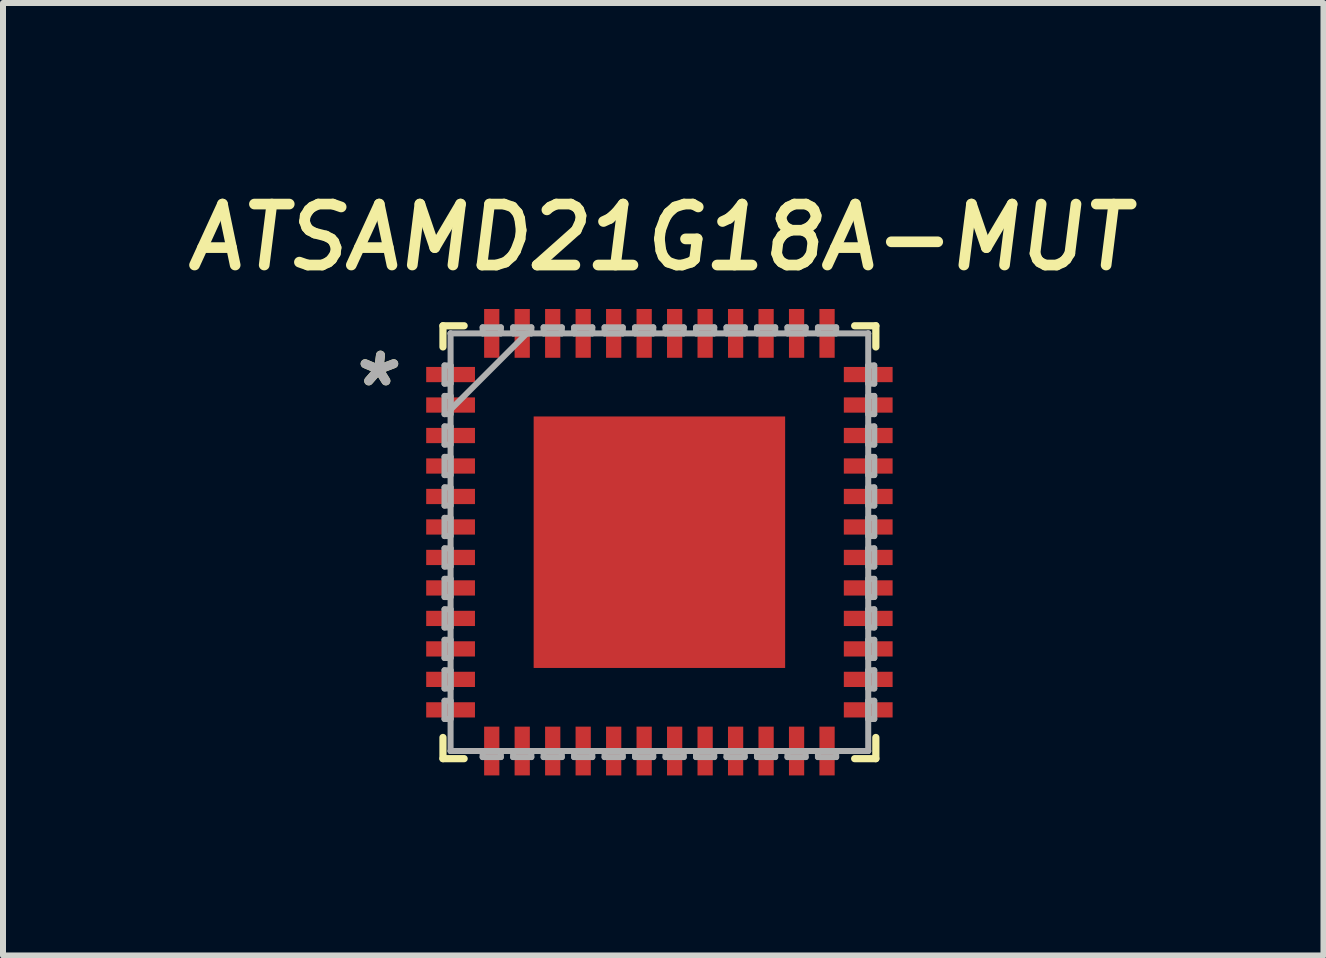
<source format=kicad_pcb>
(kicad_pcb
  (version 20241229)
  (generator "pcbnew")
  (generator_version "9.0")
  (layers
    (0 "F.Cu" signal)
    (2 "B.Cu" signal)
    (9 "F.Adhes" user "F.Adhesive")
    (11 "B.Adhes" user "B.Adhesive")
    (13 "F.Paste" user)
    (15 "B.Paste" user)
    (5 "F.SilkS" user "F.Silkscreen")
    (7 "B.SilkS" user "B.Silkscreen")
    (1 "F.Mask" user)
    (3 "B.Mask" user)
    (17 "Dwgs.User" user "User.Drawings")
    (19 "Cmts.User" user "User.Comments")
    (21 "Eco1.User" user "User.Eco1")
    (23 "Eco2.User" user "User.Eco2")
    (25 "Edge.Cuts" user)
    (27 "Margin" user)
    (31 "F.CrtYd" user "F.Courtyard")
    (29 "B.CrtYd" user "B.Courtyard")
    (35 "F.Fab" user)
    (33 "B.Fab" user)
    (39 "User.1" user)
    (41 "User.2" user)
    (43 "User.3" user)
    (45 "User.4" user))
  (footprint "ATSAMD21G18A-MUT"
    (layer "F.Cu")
    (at 7.939 5.986)
    (property "Reference" "ATSAMD21G18A-MUT" (at 0 -5.08 0) (layer "F.SilkS") (effects (font (size 1.016 1.016) (thickness 0.178) (bold yes) (italic yes))))
    (attr smd)
    (fp_line (start -3.607 -3.607) (end -3.607 -3.254) (stroke (width 0.12) (type solid)) (layer "F.SilkS"))
    (fp_line (start -3.607 3.254) (end -3.607 3.607) (stroke (width 0.12) (type solid)) (layer "F.SilkS"))
    (fp_line (start -3.607 3.607) (end -3.254 3.607) (stroke (width 0.12) (type solid)) (layer "F.SilkS"))
    (fp_line (start -3.254 -3.607) (end -3.607 -3.607) (stroke (width 0.12) (type solid)) (layer "F.SilkS"))
    (fp_line (start 3.254 3.607) (end 3.607 3.607) (stroke (width 0.12) (type solid)) (layer "F.SilkS"))
    (fp_line (start 3.607 -3.607) (end 3.254 -3.607) (stroke (width 0.12) (type solid)) (layer "F.SilkS"))
    (fp_line (start 3.607 -3.254) (end 3.607 -3.607) (stroke (width 0.12) (type solid)) (layer "F.SilkS"))
    (fp_line (start 3.607 3.607) (end 3.607 3.254) (stroke (width 0.12) (type solid)) (layer "F.SilkS"))
    (fp_poly (pts (xy -1.996 -1.996) (xy -1.996 -0.798) (xy -0.798 -0.798) (xy -0.798 -1.996)) (stroke (width 0.1) (type solid)) (fill yes) (layer "F.Paste"))
    (fp_poly (pts (xy -1.996 -0.599) (xy -1.996 0.599) (xy -0.798 0.599) (xy -0.798 -0.599)) (stroke (width 0.1) (type solid)) (fill yes) (layer "F.Paste"))
    (fp_poly (pts (xy -1.996 0.798) (xy -1.996 1.996) (xy -0.798 1.996) (xy -0.798 0.798)) (stroke (width 0.1) (type solid)) (fill yes) (layer "F.Paste"))
    (fp_poly (pts (xy -0.599 -1.996) (xy -0.599 -0.798) (xy 0.599 -0.798) (xy 0.599 -1.996)) (stroke (width 0.1) (type solid)) (fill yes) (layer "F.Paste"))
    (fp_poly (pts (xy -0.599 -0.599) (xy -0.599 0.599) (xy 0.599 0.599) (xy 0.599 -0.599)) (stroke (width 0.1) (type solid)) (fill yes) (layer "F.Paste"))
    (fp_poly (pts (xy -0.599 0.798) (xy -0.599 1.996) (xy 0.599 1.996) (xy 0.599 0.798)) (stroke (width 0.1) (type solid)) (fill yes) (layer "F.Paste"))
    (fp_poly (pts (xy 0.798 -1.996) (xy 0.798 -0.798) (xy 1.996 -0.798) (xy 1.996 -1.996)) (stroke (width 0.1) (type solid)) (fill yes) (layer "F.Paste"))
    (fp_poly (pts (xy 0.798 -0.599) (xy 0.798 0.599) (xy 1.996 0.599) (xy 1.996 -0.599)) (stroke (width 0.1) (type solid)) (fill yes) (layer "F.Paste"))
    (fp_poly (pts (xy 0.798 0.798) (xy 0.798 1.996) (xy 1.996 1.996) (xy 1.996 0.798)) (stroke (width 0.1) (type solid)) (fill yes) (layer "F.Paste"))
    (fp_line (start -3.581 -2.946) (end -3.581 -2.642) (stroke (width 0.1) (type solid)) (layer "F.Fab"))
    (fp_line (start -3.581 -2.642) (end -3.48 -2.642) (stroke (width 0.1) (type solid)) (layer "F.Fab"))
    (fp_line (start -3.581 -2.438) (end -3.581 -2.134) (stroke (width 0.1) (type solid)) (layer "F.Fab"))
    (fp_line (start -3.581 -2.134) (end -3.48 -2.134) (stroke (width 0.1) (type solid)) (layer "F.Fab"))
    (fp_line (start -3.581 -1.93) (end -3.581 -1.626) (stroke (width 0.1) (type solid)) (layer "F.Fab"))
    (fp_line (start -3.581 -1.626) (end -3.48 -1.626) (stroke (width 0.1) (type solid)) (layer "F.Fab"))
    (fp_line (start -3.581 -1.422) (end -3.581 -1.118) (stroke (width 0.1) (type solid)) (layer "F.Fab"))
    (fp_line (start -3.581 -1.118) (end -3.48 -1.118) (stroke (width 0.1) (type solid)) (layer "F.Fab"))
    (fp_line (start -3.581 -0.914) (end -3.581 -0.61) (stroke (width 0.1) (type solid)) (layer "F.Fab"))
    (fp_line (start -3.581 -0.61) (end -3.48 -0.61) (stroke (width 0.1) (type solid)) (layer "F.Fab"))
    (fp_line (start -3.581 -0.406) (end -3.581 -0.102) (stroke (width 0.1) (type solid)) (layer "F.Fab"))
    (fp_line (start -3.581 -0.102) (end -3.48 -0.102) (stroke (width 0.1) (type solid)) (layer "F.Fab"))
    (fp_line (start -3.581 0.102) (end -3.581 0.406) (stroke (width 0.1) (type solid)) (layer "F.Fab"))
    (fp_line (start -3.581 0.406) (end -3.48 0.406) (stroke (width 0.1) (type solid)) (layer "F.Fab"))
    (fp_line (start -3.581 0.61) (end -3.581 0.914) (stroke (width 0.1) (type solid)) (layer "F.Fab"))
    (fp_line (start -3.581 0.914) (end -3.48 0.914) (stroke (width 0.1) (type solid)) (layer "F.Fab"))
    (fp_line (start -3.581 1.118) (end -3.581 1.422) (stroke (width 0.1) (type solid)) (layer "F.Fab"))
    (fp_line (start -3.581 1.422) (end -3.48 1.422) (stroke (width 0.1) (type solid)) (layer "F.Fab"))
    (fp_line (start -3.581 1.626) (end -3.581 1.93) (stroke (width 0.1) (type solid)) (layer "F.Fab"))
    (fp_line (start -3.581 1.93) (end -3.48 1.93) (stroke (width 0.1) (type solid)) (layer "F.Fab"))
    (fp_line (start -3.581 2.134) (end -3.581 2.438) (stroke (width 0.1) (type solid)) (layer "F.Fab"))
    (fp_line (start -3.581 2.438) (end -3.48 2.438) (stroke (width 0.1) (type solid)) (layer "F.Fab"))
    (fp_line (start -3.581 2.642) (end -3.581 2.946) (stroke (width 0.1) (type solid)) (layer "F.Fab"))
    (fp_line (start -3.581 2.946) (end -3.48 2.946) (stroke (width 0.1) (type solid)) (layer "F.Fab"))
    (fp_line (start -3.48 -3.48) (end -3.48 -3.48) (stroke (width 0.1) (type solid)) (layer "F.Fab"))
    (fp_line (start -3.48 -3.48) (end -3.48 3.48) (stroke (width 0.1) (type solid)) (layer "F.Fab"))
    (fp_line (start -3.48 -2.946) (end -3.581 -2.946) (stroke (width 0.1) (type solid)) (layer "F.Fab"))
    (fp_line (start -3.48 -2.642) (end -3.48 -2.946) (stroke (width 0.1) (type solid)) (layer "F.Fab"))
    (fp_line (start -3.48 -2.438) (end -3.581 -2.438) (stroke (width 0.1) (type solid)) (layer "F.Fab"))
    (fp_line (start -3.48 -2.21) (end -2.21 -3.48) (stroke (width 0.1) (type solid)) (layer "F.Fab"))
    (fp_line (start -3.48 -2.134) (end -3.48 -2.438) (stroke (width 0.1) (type solid)) (layer "F.Fab"))
    (fp_line (start -3.48 -1.93) (end -3.581 -1.93) (stroke (width 0.1) (type solid)) (layer "F.Fab"))
    (fp_line (start -3.48 -1.626) (end -3.48 -1.93) (stroke (width 0.1) (type solid)) (layer "F.Fab"))
    (fp_line (start -3.48 -1.422) (end -3.581 -1.422) (stroke (width 0.1) (type solid)) (layer "F.Fab"))
    (fp_line (start -3.48 -1.118) (end -3.48 -1.422) (stroke (width 0.1) (type solid)) (layer "F.Fab"))
    (fp_line (start -3.48 -0.914) (end -3.581 -0.914) (stroke (width 0.1) (type solid)) (layer "F.Fab"))
    (fp_line (start -3.48 -0.61) (end -3.48 -0.914) (stroke (width 0.1) (type solid)) (layer "F.Fab"))
    (fp_line (start -3.48 -0.406) (end -3.581 -0.406) (stroke (width 0.1) (type solid)) (layer "F.Fab"))
    (fp_line (start -3.48 -0.102) (end -3.48 -0.406) (stroke (width 0.1) (type solid)) (layer "F.Fab"))
    (fp_line (start -3.48 0.102) (end -3.581 0.102) (stroke (width 0.1) (type solid)) (layer "F.Fab"))
    (fp_line (start -3.48 0.406) (end -3.48 0.102) (stroke (width 0.1) (type solid)) (layer "F.Fab"))
    (fp_line (start -3.48 0.61) (end -3.581 0.61) (stroke (width 0.1) (type solid)) (layer "F.Fab"))
    (fp_line (start -3.48 0.914) (end -3.48 0.61) (stroke (width 0.1) (type solid)) (layer "F.Fab"))
    (fp_line (start -3.48 1.118) (end -3.581 1.118) (stroke (width 0.1) (type solid)) (layer "F.Fab"))
    (fp_line (start -3.48 1.422) (end -3.48 1.118) (stroke (width 0.1) (type solid)) (layer "F.Fab"))
    (fp_line (start -3.48 1.626) (end -3.581 1.626) (stroke (width 0.1) (type solid)) (layer "F.Fab"))
    (fp_line (start -3.48 1.93) (end -3.48 1.626) (stroke (width 0.1) (type solid)) (layer "F.Fab"))
    (fp_line (start -3.48 2.134) (end -3.581 2.134) (stroke (width 0.1) (type solid)) (layer "F.Fab"))
    (fp_line (start -3.48 2.438) (end -3.48 2.134) (stroke (width 0.1) (type solid)) (layer "F.Fab"))
    (fp_line (start -3.48 2.642) (end -3.581 2.642) (stroke (width 0.1) (type solid)) (layer "F.Fab"))
    (fp_line (start -3.48 2.946) (end -3.48 2.642) (stroke (width 0.1) (type solid)) (layer "F.Fab"))
    (fp_line (start -3.48 3.48) (end -3.48 3.48) (stroke (width 0.1) (type solid)) (layer "F.Fab"))
    (fp_line (start -3.48 3.48) (end 3.48 3.48) (stroke (width 0.1) (type solid)) (layer "F.Fab"))
    (fp_line (start -2.946 -3.581) (end -2.946 -3.48) (stroke (width 0.1) (type solid)) (layer "F.Fab"))
    (fp_line (start -2.946 -3.48) (end -2.642 -3.48) (stroke (width 0.1) (type solid)) (layer "F.Fab"))
    (fp_line (start -2.946 3.48) (end -2.946 3.581) (stroke (width 0.1) (type solid)) (layer "F.Fab"))
    (fp_line (start -2.946 3.581) (end -2.642 3.581) (stroke (width 0.1) (type solid)) (layer "F.Fab"))
    (fp_line (start -2.642 -3.581) (end -2.946 -3.581) (stroke (width 0.1) (type solid)) (layer "F.Fab"))
    (fp_line (start -2.642 -3.48) (end -2.642 -3.581) (stroke (width 0.1) (type solid)) (layer "F.Fab"))
    (fp_line (start -2.642 3.48) (end -2.946 3.48) (stroke (width 0.1) (type solid)) (layer "F.Fab"))
    (fp_line (start -2.642 3.581) (end -2.642 3.48) (stroke (width 0.1) (type solid)) (layer "F.Fab"))
    (fp_line (start -2.438 -3.581) (end -2.438 -3.48) (stroke (width 0.1) (type solid)) (layer "F.Fab"))
    (fp_line (start -2.438 -3.48) (end -2.134 -3.48) (stroke (width 0.1) (type solid)) (layer "F.Fab"))
    (fp_line (start -2.438 3.48) (end -2.438 3.581) (stroke (width 0.1) (type solid)) (layer "F.Fab"))
    (fp_line (start -2.438 3.581) (end -2.134 3.581) (stroke (width 0.1) (type solid)) (layer "F.Fab"))
    (fp_line (start -2.134 -3.581) (end -2.438 -3.581) (stroke (width 0.1) (type solid)) (layer "F.Fab"))
    (fp_line (start -2.134 -3.48) (end -2.134 -3.581) (stroke (width 0.1) (type solid)) (layer "F.Fab"))
    (fp_line (start -2.134 3.48) (end -2.438 3.48) (stroke (width 0.1) (type solid)) (layer "F.Fab"))
    (fp_line (start -2.134 3.581) (end -2.134 3.48) (stroke (width 0.1) (type solid)) (layer "F.Fab"))
    (fp_line (start -1.93 -3.581) (end -1.93 -3.48) (stroke (width 0.1) (type solid)) (layer "F.Fab"))
    (fp_line (start -1.93 -3.48) (end -1.626 -3.48) (stroke (width 0.1) (type solid)) (layer "F.Fab"))
    (fp_line (start -1.93 3.48) (end -1.93 3.581) (stroke (width 0.1) (type solid)) (layer "F.Fab"))
    (fp_line (start -1.93 3.581) (end -1.626 3.581) (stroke (width 0.1) (type solid)) (layer "F.Fab"))
    (fp_line (start -1.626 -3.581) (end -1.93 -3.581) (stroke (width 0.1) (type solid)) (layer "F.Fab"))
    (fp_line (start -1.626 -3.48) (end -1.626 -3.581) (stroke (width 0.1) (type solid)) (layer "F.Fab"))
    (fp_line (start -1.626 3.48) (end -1.93 3.48) (stroke (width 0.1) (type solid)) (layer "F.Fab"))
    (fp_line (start -1.626 3.581) (end -1.626 3.48) (stroke (width 0.1) (type solid)) (layer "F.Fab"))
    (fp_line (start -1.422 -3.581) (end -1.422 -3.48) (stroke (width 0.1) (type solid)) (layer "F.Fab"))
    (fp_line (start -1.422 -3.48) (end -1.118 -3.48) (stroke (width 0.1) (type solid)) (layer "F.Fab"))
    (fp_line (start -1.422 3.48) (end -1.422 3.581) (stroke (width 0.1) (type solid)) (layer "F.Fab"))
    (fp_line (start -1.422 3.581) (end -1.118 3.581) (stroke (width 0.1) (type solid)) (layer "F.Fab"))
    (fp_line (start -1.118 -3.581) (end -1.422 -3.581) (stroke (width 0.1) (type solid)) (layer "F.Fab"))
    (fp_line (start -1.118 -3.48) (end -1.118 -3.581) (stroke (width 0.1) (type solid)) (layer "F.Fab"))
    (fp_line (start -1.118 3.48) (end -1.422 3.48) (stroke (width 0.1) (type solid)) (layer "F.Fab"))
    (fp_line (start -1.118 3.581) (end -1.118 3.48) (stroke (width 0.1) (type solid)) (layer "F.Fab"))
    (fp_line (start -0.914 -3.581) (end -0.914 -3.48) (stroke (width 0.1) (type solid)) (layer "F.Fab"))
    (fp_line (start -0.914 -3.48) (end -0.61 -3.48) (stroke (width 0.1) (type solid)) (layer "F.Fab"))
    (fp_line (start -0.914 3.48) (end -0.914 3.581) (stroke (width 0.1) (type solid)) (layer "F.Fab"))
    (fp_line (start -0.914 3.581) (end -0.61 3.581) (stroke (width 0.1) (type solid)) (layer "F.Fab"))
    (fp_line (start -0.61 -3.581) (end -0.914 -3.581) (stroke (width 0.1) (type solid)) (layer "F.Fab"))
    (fp_line (start -0.61 -3.48) (end -0.61 -3.581) (stroke (width 0.1) (type solid)) (layer "F.Fab"))
    (fp_line (start -0.61 3.48) (end -0.914 3.48) (stroke (width 0.1) (type solid)) (layer "F.Fab"))
    (fp_line (start -0.61 3.581) (end -0.61 3.48) (stroke (width 0.1) (type solid)) (layer "F.Fab"))
    (fp_line (start -0.406 -3.581) (end -0.406 -3.48) (stroke (width 0.1) (type solid)) (layer "F.Fab"))
    (fp_line (start -0.406 -3.48) (end -0.102 -3.48) (stroke (width 0.1) (type solid)) (layer "F.Fab"))
    (fp_line (start -0.406 3.48) (end -0.406 3.581) (stroke (width 0.1) (type solid)) (layer "F.Fab"))
    (fp_line (start -0.406 3.581) (end -0.102 3.581) (stroke (width 0.1) (type solid)) (layer "F.Fab"))
    (fp_line (start -0.102 -3.581) (end -0.406 -3.581) (stroke (width 0.1) (type solid)) (layer "F.Fab"))
    (fp_line (start -0.102 -3.48) (end -0.102 -3.581) (stroke (width 0.1) (type solid)) (layer "F.Fab"))
    (fp_line (start -0.102 3.48) (end -0.406 3.48) (stroke (width 0.1) (type solid)) (layer "F.Fab"))
    (fp_line (start -0.102 3.581) (end -0.102 3.48) (stroke (width 0.1) (type solid)) (layer "F.Fab"))
    (fp_line (start 0.102 -3.581) (end 0.102 -3.48) (stroke (width 0.1) (type solid)) (layer "F.Fab"))
    (fp_line (start 0.102 -3.48) (end 0.406 -3.48) (stroke (width 0.1) (type solid)) (layer "F.Fab"))
    (fp_line (start 0.102 3.48) (end 0.102 3.581) (stroke (width 0.1) (type solid)) (layer "F.Fab"))
    (fp_line (start 0.102 3.581) (end 0.406 3.581) (stroke (width 0.1) (type solid)) (layer "F.Fab"))
    (fp_line (start 0.406 -3.581) (end 0.102 -3.581) (stroke (width 0.1) (type solid)) (layer "F.Fab"))
    (fp_line (start 0.406 -3.48) (end 0.406 -3.581) (stroke (width 0.1) (type solid)) (layer "F.Fab"))
    (fp_line (start 0.406 3.48) (end 0.102 3.48) (stroke (width 0.1) (type solid)) (layer "F.Fab"))
    (fp_line (start 0.406 3.581) (end 0.406 3.48) (stroke (width 0.1) (type solid)) (layer "F.Fab"))
    (fp_line (start 0.61 -3.581) (end 0.61 -3.48) (stroke (width 0.1) (type solid)) (layer "F.Fab"))
    (fp_line (start 0.61 -3.48) (end 0.914 -3.48) (stroke (width 0.1) (type solid)) (layer "F.Fab"))
    (fp_line (start 0.61 3.48) (end 0.61 3.581) (stroke (width 0.1) (type solid)) (layer "F.Fab"))
    (fp_line (start 0.61 3.581) (end 0.914 3.581) (stroke (width 0.1) (type solid)) (layer "F.Fab"))
    (fp_line (start 0.914 -3.581) (end 0.61 -3.581) (stroke (width 0.1) (type solid)) (layer "F.Fab"))
    (fp_line (start 0.914 -3.48) (end 0.914 -3.581) (stroke (width 0.1) (type solid)) (layer "F.Fab"))
    (fp_line (start 0.914 3.48) (end 0.61 3.48) (stroke (width 0.1) (type solid)) (layer "F.Fab"))
    (fp_line (start 0.914 3.581) (end 0.914 3.48) (stroke (width 0.1) (type solid)) (layer "F.Fab"))
    (fp_line (start 1.118 -3.581) (end 1.118 -3.48) (stroke (width 0.1) (type solid)) (layer "F.Fab"))
    (fp_line (start 1.118 -3.48) (end 1.422 -3.48) (stroke (width 0.1) (type solid)) (layer "F.Fab"))
    (fp_line (start 1.118 3.48) (end 1.118 3.581) (stroke (width 0.1) (type solid)) (layer "F.Fab"))
    (fp_line (start 1.118 3.581) (end 1.422 3.581) (stroke (width 0.1) (type solid)) (layer "F.Fab"))
    (fp_line (start 1.422 -3.581) (end 1.118 -3.581) (stroke (width 0.1) (type solid)) (layer "F.Fab"))
    (fp_line (start 1.422 -3.48) (end 1.422 -3.581) (stroke (width 0.1) (type solid)) (layer "F.Fab"))
    (fp_line (start 1.422 3.48) (end 1.118 3.48) (stroke (width 0.1) (type solid)) (layer "F.Fab"))
    (fp_line (start 1.422 3.581) (end 1.422 3.48) (stroke (width 0.1) (type solid)) (layer "F.Fab"))
    (fp_line (start 1.626 -3.581) (end 1.626 -3.48) (stroke (width 0.1) (type solid)) (layer "F.Fab"))
    (fp_line (start 1.626 -3.48) (end 1.93 -3.48) (stroke (width 0.1) (type solid)) (layer "F.Fab"))
    (fp_line (start 1.626 3.48) (end 1.626 3.581) (stroke (width 0.1) (type solid)) (layer "F.Fab"))
    (fp_line (start 1.626 3.581) (end 1.93 3.581) (stroke (width 0.1) (type solid)) (layer "F.Fab"))
    (fp_line (start 1.93 -3.581) (end 1.626 -3.581) (stroke (width 0.1) (type solid)) (layer "F.Fab"))
    (fp_line (start 1.93 -3.48) (end 1.93 -3.581) (stroke (width 0.1) (type solid)) (layer "F.Fab"))
    (fp_line (start 1.93 3.48) (end 1.626 3.48) (stroke (width 0.1) (type solid)) (layer "F.Fab"))
    (fp_line (start 1.93 3.581) (end 1.93 3.48) (stroke (width 0.1) (type solid)) (layer "F.Fab"))
    (fp_line (start 2.134 -3.581) (end 2.134 -3.48) (stroke (width 0.1) (type solid)) (layer "F.Fab"))
    (fp_line (start 2.134 -3.48) (end 2.438 -3.48) (stroke (width 0.1) (type solid)) (layer "F.Fab"))
    (fp_line (start 2.134 3.48) (end 2.134 3.581) (stroke (width 0.1) (type solid)) (layer "F.Fab"))
    (fp_line (start 2.134 3.581) (end 2.438 3.581) (stroke (width 0.1) (type solid)) (layer "F.Fab"))
    (fp_line (start 2.438 -3.581) (end 2.134 -3.581) (stroke (width 0.1) (type solid)) (layer "F.Fab"))
    (fp_line (start 2.438 -3.48) (end 2.438 -3.581) (stroke (width 0.1) (type solid)) (layer "F.Fab"))
    (fp_line (start 2.438 3.48) (end 2.134 3.48) (stroke (width 0.1) (type solid)) (layer "F.Fab"))
    (fp_line (start 2.438 3.581) (end 2.438 3.48) (stroke (width 0.1) (type solid)) (layer "F.Fab"))
    (fp_line (start 2.642 -3.581) (end 2.642 -3.48) (stroke (width 0.1) (type solid)) (layer "F.Fab"))
    (fp_line (start 2.642 -3.48) (end 2.946 -3.48) (stroke (width 0.1) (type solid)) (layer "F.Fab"))
    (fp_line (start 2.642 3.48) (end 2.642 3.581) (stroke (width 0.1) (type solid)) (layer "F.Fab"))
    (fp_line (start 2.642 3.581) (end 2.946 3.581) (stroke (width 0.1) (type solid)) (layer "F.Fab"))
    (fp_line (start 2.946 -3.581) (end 2.642 -3.581) (stroke (width 0.1) (type solid)) (layer "F.Fab"))
    (fp_line (start 2.946 -3.48) (end 2.946 -3.581) (stroke (width 0.1) (type solid)) (layer "F.Fab"))
    (fp_line (start 2.946 3.48) (end 2.642 3.48) (stroke (width 0.1) (type solid)) (layer "F.Fab"))
    (fp_line (start 2.946 3.581) (end 2.946 3.48) (stroke (width 0.1) (type solid)) (layer "F.Fab"))
    (fp_line (start 3.48 -3.48) (end -3.48 -3.48) (stroke (width 0.1) (type solid)) (layer "F.Fab"))
    (fp_line (start 3.48 -3.48) (end 3.48 -3.48) (stroke (width 0.1) (type solid)) (layer "F.Fab"))
    (fp_line (start 3.48 -2.946) (end 3.48 -2.642) (stroke (width 0.1) (type solid)) (layer "F.Fab"))
    (fp_line (start 3.48 -2.642) (end 3.581 -2.642) (stroke (width 0.1) (type solid)) (layer "F.Fab"))
    (fp_line (start 3.48 -2.438) (end 3.48 -2.134) (stroke (width 0.1) (type solid)) (layer "F.Fab"))
    (fp_line (start 3.48 -2.134) (end 3.581 -2.134) (stroke (width 0.1) (type solid)) (layer "F.Fab"))
    (fp_line (start 3.48 -1.93) (end 3.48 -1.626) (stroke (width 0.1) (type solid)) (layer "F.Fab"))
    (fp_line (start 3.48 -1.626) (end 3.581 -1.626) (stroke (width 0.1) (type solid)) (layer "F.Fab"))
    (fp_line (start 3.48 -1.422) (end 3.48 -1.118) (stroke (width 0.1) (type solid)) (layer "F.Fab"))
    (fp_line (start 3.48 -1.118) (end 3.581 -1.118) (stroke (width 0.1) (type solid)) (layer "F.Fab"))
    (fp_line (start 3.48 -0.914) (end 3.48 -0.61) (stroke (width 0.1) (type solid)) (layer "F.Fab"))
    (fp_line (start 3.48 -0.61) (end 3.581 -0.61) (stroke (width 0.1) (type solid)) (layer "F.Fab"))
    (fp_line (start 3.48 -0.406) (end 3.48 -0.102) (stroke (width 0.1) (type solid)) (layer "F.Fab"))
    (fp_line (start 3.48 -0.102) (end 3.581 -0.102) (stroke (width 0.1) (type solid)) (layer "F.Fab"))
    (fp_line (start 3.48 0.102) (end 3.48 0.406) (stroke (width 0.1) (type solid)) (layer "F.Fab"))
    (fp_line (start 3.48 0.406) (end 3.581 0.406) (stroke (width 0.1) (type solid)) (layer "F.Fab"))
    (fp_line (start 3.48 0.61) (end 3.48 0.914) (stroke (width 0.1) (type solid)) (layer "F.Fab"))
    (fp_line (start 3.48 0.914) (end 3.581 0.914) (stroke (width 0.1) (type solid)) (layer "F.Fab"))
    (fp_line (start 3.48 1.118) (end 3.48 1.422) (stroke (width 0.1) (type solid)) (layer "F.Fab"))
    (fp_line (start 3.48 1.422) (end 3.581 1.422) (stroke (width 0.1) (type solid)) (layer "F.Fab"))
    (fp_line (start 3.48 1.626) (end 3.48 1.93) (stroke (width 0.1) (type solid)) (layer "F.Fab"))
    (fp_line (start 3.48 1.93) (end 3.581 1.93) (stroke (width 0.1) (type solid)) (layer "F.Fab"))
    (fp_line (start 3.48 2.134) (end 3.48 2.438) (stroke (width 0.1) (type solid)) (layer "F.Fab"))
    (fp_line (start 3.48 2.438) (end 3.581 2.438) (stroke (width 0.1) (type solid)) (layer "F.Fab"))
    (fp_line (start 3.48 2.642) (end 3.48 2.946) (stroke (width 0.1) (type solid)) (layer "F.Fab"))
    (fp_line (start 3.48 2.946) (end 3.581 2.946) (stroke (width 0.1) (type solid)) (layer "F.Fab"))
    (fp_line (start 3.48 3.48) (end 3.48 -3.48) (stroke (width 0.1) (type solid)) (layer "F.Fab"))
    (fp_line (start 3.48 3.48) (end 3.48 3.48) (stroke (width 0.1) (type solid)) (layer "F.Fab"))
    (fp_line (start 3.581 -2.946) (end 3.48 -2.946) (stroke (width 0.1) (type solid)) (layer "F.Fab"))
    (fp_line (start 3.581 -2.642) (end 3.581 -2.946) (stroke (width 0.1) (type solid)) (layer "F.Fab"))
    (fp_line (start 3.581 -2.438) (end 3.48 -2.438) (stroke (width 0.1) (type solid)) (layer "F.Fab"))
    (fp_line (start 3.581 -2.134) (end 3.581 -2.438) (stroke (width 0.1) (type solid)) (layer "F.Fab"))
    (fp_line (start 3.581 -1.93) (end 3.48 -1.93) (stroke (width 0.1) (type solid)) (layer "F.Fab"))
    (fp_line (start 3.581 -1.626) (end 3.581 -1.93) (stroke (width 0.1) (type solid)) (layer "F.Fab"))
    (fp_line (start 3.581 -1.422) (end 3.48 -1.422) (stroke (width 0.1) (type solid)) (layer "F.Fab"))
    (fp_line (start 3.581 -1.118) (end 3.581 -1.422) (stroke (width 0.1) (type solid)) (layer "F.Fab"))
    (fp_line (start 3.581 -0.914) (end 3.48 -0.914) (stroke (width 0.1) (type solid)) (layer "F.Fab"))
    (fp_line (start 3.581 -0.61) (end 3.581 -0.914) (stroke (width 0.1) (type solid)) (layer "F.Fab"))
    (fp_line (start 3.581 -0.406) (end 3.48 -0.406) (stroke (width 0.1) (type solid)) (layer "F.Fab"))
    (fp_line (start 3.581 -0.102) (end 3.581 -0.406) (stroke (width 0.1) (type solid)) (layer "F.Fab"))
    (fp_line (start 3.581 0.102) (end 3.48 0.102) (stroke (width 0.1) (type solid)) (layer "F.Fab"))
    (fp_line (start 3.581 0.406) (end 3.581 0.102) (stroke (width 0.1) (type solid)) (layer "F.Fab"))
    (fp_line (start 3.581 0.61) (end 3.48 0.61) (stroke (width 0.1) (type solid)) (layer "F.Fab"))
    (fp_line (start 3.581 0.914) (end 3.581 0.61) (stroke (width 0.1) (type solid)) (layer "F.Fab"))
    (fp_line (start 3.581 1.118) (end 3.48 1.118) (stroke (width 0.1) (type solid)) (layer "F.Fab"))
    (fp_line (start 3.581 1.422) (end 3.581 1.118) (stroke (width 0.1) (type solid)) (layer "F.Fab"))
    (fp_line (start 3.581 1.626) (end 3.48 1.626) (stroke (width 0.1) (type solid)) (layer "F.Fab"))
    (fp_line (start 3.581 1.93) (end 3.581 1.626) (stroke (width 0.1) (type solid)) (layer "F.Fab"))
    (fp_line (start 3.581 2.134) (end 3.48 2.134) (stroke (width 0.1) (type solid)) (layer "F.Fab"))
    (fp_line (start 3.581 2.438) (end 3.581 2.134) (stroke (width 0.1) (type solid)) (layer "F.Fab"))
    (fp_line (start 3.581 2.642) (end 3.48 2.642) (stroke (width 0.1) (type solid)) (layer "F.Fab"))
    (fp_line (start 3.581 2.946) (end 3.581 2.642) (stroke (width 0.1) (type solid)) (layer "F.Fab"))
    (fp_text user "*" (at -4.767 -2.572 0) (layer "F.SilkS") (effects (font (size 1 1) (thickness 0.15) (italic yes))))
    (fp_text user "*" (at -4.767 -2.572 0) (layer "F.Fab") (effects (font (size 1 1) (thickness 0.15) (italic yes))))
    (pad "1" smd rect (at -3.48 -2.794 90) (size 0.254 0.813) (layers "F.Cu" "F.Mask" "F.Paste"))
    (pad "2" smd rect (at -3.48 -2.286 90) (size 0.254 0.813) (layers "F.Cu" "F.Mask" "F.Paste"))
    (pad "3" smd rect (at -3.48 -1.778 90) (size 0.254 0.813) (layers "F.Cu" "F.Mask" "F.Paste"))
    (pad "4" smd rect (at -3.48 -1.27 90) (size 0.254 0.813) (layers "F.Cu" "F.Mask" "F.Paste"))
    (pad "5" smd rect (at -3.48 -0.762 90) (size 0.254 0.813) (layers "F.Cu" "F.Mask" "F.Paste"))
    (pad "6" smd rect (at -3.48 -0.254 90) (size 0.254 0.813) (layers "F.Cu" "F.Mask" "F.Paste"))
    (pad "7" smd rect (at -3.48 0.254 90) (size 0.254 0.813) (layers "F.Cu" "F.Mask" "F.Paste"))
    (pad "8" smd rect (at -3.48 0.762 90) (size 0.254 0.813) (layers "F.Cu" "F.Mask" "F.Paste"))
    (pad "9" smd rect (at -3.48 1.27 90) (size 0.254 0.813) (layers "F.Cu" "F.Mask" "F.Paste"))
    (pad "10" smd rect (at -3.48 1.778 90) (size 0.254 0.813) (layers "F.Cu" "F.Mask" "F.Paste"))
    (pad "11" smd rect (at -3.48 2.286 90) (size 0.254 0.813) (layers "F.Cu" "F.Mask" "F.Paste"))
    (pad "12" smd rect (at -3.48 2.794 90) (size 0.254 0.813) (layers "F.Cu" "F.Mask" "F.Paste"))
    (pad "13" smd rect (at -2.794 3.48) (size 0.254 0.813) (layers "F.Cu" "F.Mask" "F.Paste"))
    (pad "14" smd rect (at -2.286 3.48) (size 0.254 0.813) (layers "F.Cu" "F.Mask" "F.Paste"))
    (pad "15" smd rect (at -1.778 3.48) (size 0.254 0.813) (layers "F.Cu" "F.Mask" "F.Paste"))
    (pad "16" smd rect (at -1.27 3.48) (size 0.254 0.813) (layers "F.Cu" "F.Mask" "F.Paste"))
    (pad "17" smd rect (at -0.762 3.48) (size 0.254 0.813) (layers "F.Cu" "F.Mask" "F.Paste"))
    (pad "18" smd rect (at -0.254 3.48) (size 0.254 0.813) (layers "F.Cu" "F.Mask" "F.Paste"))
    (pad "19" smd rect (at 0.254 3.48) (size 0.254 0.813) (layers "F.Cu" "F.Mask" "F.Paste"))
    (pad "20" smd rect (at 0.762 3.48) (size 0.254 0.813) (layers "F.Cu" "F.Mask" "F.Paste"))
    (pad "21" smd rect (at 1.27 3.48) (size 0.254 0.813) (layers "F.Cu" "F.Mask" "F.Paste"))
    (pad "22" smd rect (at 1.778 3.48) (size 0.254 0.813) (layers "F.Cu" "F.Mask" "F.Paste"))
    (pad "23" smd rect (at 2.286 3.48) (size 0.254 0.813) (layers "F.Cu" "F.Mask" "F.Paste"))
    (pad "24" smd rect (at 2.794 3.48) (size 0.254 0.813) (layers "F.Cu" "F.Mask" "F.Paste"))
    (pad "25" smd rect (at 3.48 2.794 90) (size 0.254 0.813) (layers "F.Cu" "F.Mask" "F.Paste"))
    (pad "26" smd rect (at 3.48 2.286 90) (size 0.254 0.813) (layers "F.Cu" "F.Mask" "F.Paste"))
    (pad "27" smd rect (at 3.48 1.778 90) (size 0.254 0.813) (layers "F.Cu" "F.Mask" "F.Paste"))
    (pad "28" smd rect (at 3.48 1.27 90) (size 0.254 0.813) (layers "F.Cu" "F.Mask" "F.Paste"))
    (pad "29" smd rect (at 3.48 0.762 90) (size 0.254 0.813) (layers "F.Cu" "F.Mask" "F.Paste"))
    (pad "30" smd rect (at 3.48 0.254 90) (size 0.254 0.813) (layers "F.Cu" "F.Mask" "F.Paste"))
    (pad "31" smd rect (at 3.48 -0.254 90) (size 0.254 0.813) (layers "F.Cu" "F.Mask" "F.Paste"))
    (pad "32" smd rect (at 3.48 -0.762 90) (size 0.254 0.813) (layers "F.Cu" "F.Mask" "F.Paste"))
    (pad "33" smd rect (at 3.48 -1.27 90) (size 0.254 0.813) (layers "F.Cu" "F.Mask" "F.Paste"))
    (pad "34" smd rect (at 3.48 -1.778 90) (size 0.254 0.813) (layers "F.Cu" "F.Mask" "F.Paste"))
    (pad "35" smd rect (at 3.48 -2.286 90) (size 0.254 0.813) (layers "F.Cu" "F.Mask" "F.Paste"))
    (pad "36" smd rect (at 3.48 -2.794 90) (size 0.254 0.813) (layers "F.Cu" "F.Mask" "F.Paste"))
    (pad "37" smd rect (at 2.794 -3.48) (size 0.254 0.813) (layers "F.Cu" "F.Mask" "F.Paste"))
    (pad "38" smd rect (at 2.286 -3.48) (size 0.254 0.813) (layers "F.Cu" "F.Mask" "F.Paste"))
    (pad "39" smd rect (at 1.778 -3.48) (size 0.254 0.813) (layers "F.Cu" "F.Mask" "F.Paste"))
    (pad "40" smd rect (at 1.27 -3.48) (size 0.254 0.813) (layers "F.Cu" "F.Mask" "F.Paste"))
    (pad "41" smd rect (at 0.762 -3.48) (size 0.254 0.813) (layers "F.Cu" "F.Mask" "F.Paste"))
    (pad "42" smd rect (at 0.254 -3.48) (size 0.254 0.813) (layers "F.Cu" "F.Mask" "F.Paste"))
    (pad "43" smd rect (at -0.254 -3.48) (size 0.254 0.813) (layers "F.Cu" "F.Mask" "F.Paste"))
    (pad "44" smd rect (at -0.762 -3.48) (size 0.254 0.813) (layers "F.Cu" "F.Mask" "F.Paste"))
    (pad "45" smd rect (at -1.27 -3.48) (size 0.254 0.813) (layers "F.Cu" "F.Mask" "F.Paste"))
    (pad "46" smd rect (at -1.778 -3.48) (size 0.254 0.813) (layers "F.Cu" "F.Mask" "F.Paste"))
    (pad "47" smd rect (at -2.286 -3.48) (size 0.254 0.813) (layers "F.Cu" "F.Mask" "F.Paste"))
    (pad "48" smd rect (at -2.794 -3.48) (size 0.254 0.813) (layers "F.Cu" "F.Mask" "F.Paste"))
    (pad "49" smd rect (at 0 0) (size 4.191 4.191) (layers "F.Cu" "F.Mask")))
  (gr_rect
    (start -3 -3)
    (end 19.006 12.873)
    (stroke (width 0.1) (type default))
    (fill no)
    (layer "Edge.Cuts")))
</source>
